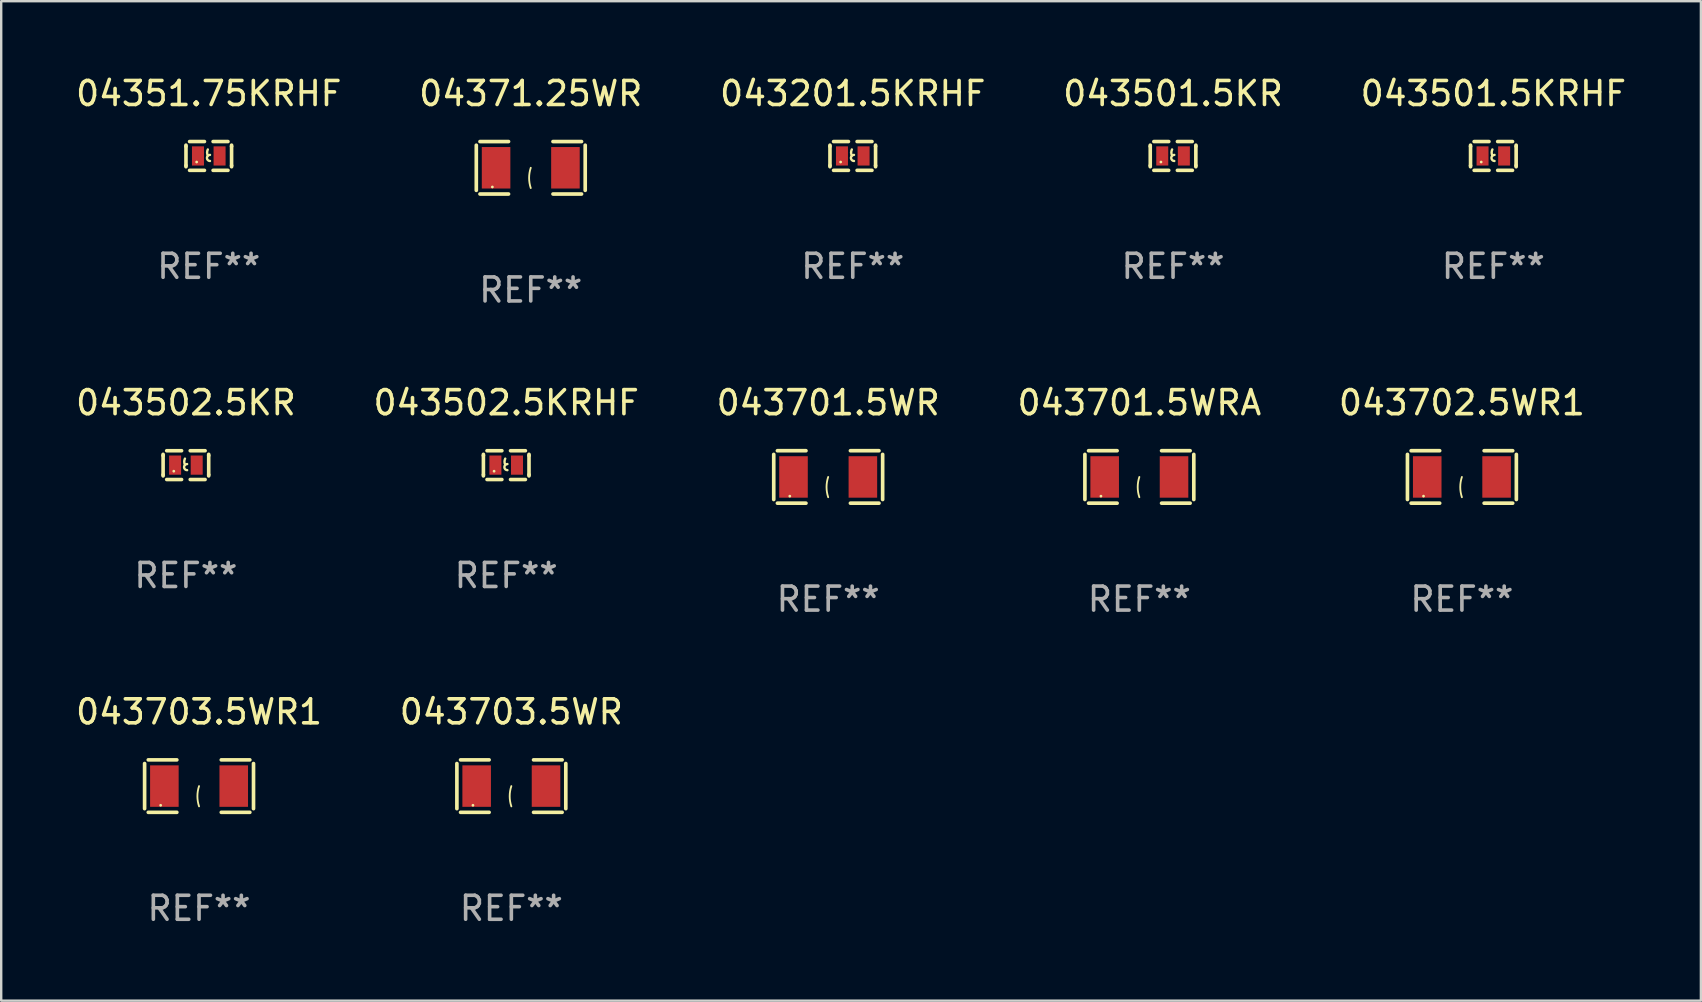
<source format=kicad_pcb>
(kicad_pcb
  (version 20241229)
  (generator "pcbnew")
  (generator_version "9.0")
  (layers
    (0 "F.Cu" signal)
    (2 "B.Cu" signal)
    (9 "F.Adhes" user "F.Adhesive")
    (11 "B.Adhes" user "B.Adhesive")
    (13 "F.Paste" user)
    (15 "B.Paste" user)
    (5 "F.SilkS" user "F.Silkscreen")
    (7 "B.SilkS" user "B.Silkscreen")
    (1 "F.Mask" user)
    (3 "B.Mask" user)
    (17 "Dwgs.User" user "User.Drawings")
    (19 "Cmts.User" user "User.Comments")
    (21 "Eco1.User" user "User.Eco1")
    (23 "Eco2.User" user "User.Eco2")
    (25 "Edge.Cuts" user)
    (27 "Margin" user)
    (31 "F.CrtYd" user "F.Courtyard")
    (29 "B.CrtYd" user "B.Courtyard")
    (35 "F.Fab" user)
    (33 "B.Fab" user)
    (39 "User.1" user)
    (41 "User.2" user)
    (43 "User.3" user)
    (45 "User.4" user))
  (footprint "043701.5WR"
    (layer "F.Cu")
    (at 31.458 16.823)
    (property "Reference" "043701.5WR" (at 0 -3.093 0) (layer "F.SilkS") (effects (font (size 1 1) (thickness 0.15))))
    (attr through_hole)
    (fp_line (start -2.269 -0.94) (end -2.269 0.94) (stroke (width 0.152) (type solid)) (layer "F.SilkS"))
    (fp_line (start -2.116 1.093) (end -0.926 1.093) (stroke (width 0.152) (type solid)) (layer "F.SilkS"))
    (fp_line (start -0.926 -1.093) (end -2.116 -1.093) (stroke (width 0.152) (type solid)) (layer "F.SilkS"))
    (fp_line (start 0.926 -1.093) (end 2.116 -1.093) (stroke (width 0.152) (type solid)) (layer "F.SilkS"))
    (fp_line (start 2.116 1.093) (end 0.926 1.093) (stroke (width 0.152) (type solid)) (layer "F.SilkS"))
    (fp_line (start 2.269 -0.94) (end 2.269 0.94) (stroke (width 0.152) (type solid)) (layer "F.SilkS"))
    (fp_arc (start 0 0.844951) (mid -0.068559 0.422475) (end 0 0) (stroke (width 0.0762) (type solid)) (layer "F.SilkS"))
    (fp_circle (center -1.6 0.8) (end -1.57 0.8) (stroke (width 0.06) (type solid)) (fill no) (layer "F.SilkS"))
    (fp_text user "REF**" (at 0 5.093 0) (layer "F.Fab") (effects (font (size 1 1) (thickness 0.15))))
    (pad "1" smd rect (at -1.445 0) (size 1.19 1.728) (layers "F.Cu" "F.Mask" "F.Paste"))
    (pad "2" smd rect (at 1.445 0) (size 1.19 1.728) (layers "F.Cu" "F.Mask" "F.Paste")))
  (footprint "043701.5WRA"
    (layer "F.Cu")
    (at 44.423 16.823)
    (property "Reference" "043701.5WRA" (at 0 -3.093 0) (layer "F.SilkS") (effects (font (size 1 1) (thickness 0.15))))
    (attr through_hole)
    (fp_line (start -2.269 -0.94) (end -2.269 0.94) (stroke (width 0.152) (type solid)) (layer "F.SilkS"))
    (fp_line (start -2.116 1.093) (end -0.926 1.093) (stroke (width 0.152) (type solid)) (layer "F.SilkS"))
    (fp_line (start -0.926 -1.093) (end -2.116 -1.093) (stroke (width 0.152) (type solid)) (layer "F.SilkS"))
    (fp_line (start 0.926 -1.093) (end 2.116 -1.093) (stroke (width 0.152) (type solid)) (layer "F.SilkS"))
    (fp_line (start 2.116 1.093) (end 0.926 1.093) (stroke (width 0.152) (type solid)) (layer "F.SilkS"))
    (fp_line (start 2.269 -0.94) (end 2.269 0.94) (stroke (width 0.152) (type solid)) (layer "F.SilkS"))
    (fp_arc (start 0 0.844951) (mid -0.068559 0.422475) (end 0 0) (stroke (width 0.0762) (type solid)) (layer "F.SilkS"))
    (fp_circle (center -1.6 0.8) (end -1.57 0.8) (stroke (width 0.06) (type solid)) (fill no) (layer "F.SilkS"))
    (fp_text user "REF**" (at 0 5.093 0) (layer "F.Fab") (effects (font (size 1 1) (thickness 0.15))))
    (pad "1" smd rect (at -1.445 0) (size 1.19 1.728) (layers "F.Cu" "F.Mask" "F.Paste"))
    (pad "2" smd rect (at 1.445 0) (size 1.19 1.728) (layers "F.Cu" "F.Mask" "F.Paste")))
  (footprint "043501.5KRHF"
    (layer "F.Cu")
    (at 59.173 3.448)
    (property "Reference" "043501.5KRHF" (at 0 -2.6 0) (layer "F.SilkS") (effects (font (size 1 1) (thickness 0.15))))
    (attr through_hole)
    (fp_line (start -0.95 -0.45) (end -0.95 -0.4) (stroke (width 0.15) (type solid)) (layer "F.SilkS"))
    (fp_line (start -0.95 -0.4) (end -0.95 0.4) (stroke (width 0.15) (type solid)) (layer "F.SilkS"))
    (fp_line (start -0.95 0.45) (end -0.95 0.4) (stroke (width 0.15) (type solid)) (layer "F.SilkS"))
    (fp_line (start -0.18 -0.6) (end -0.8 -0.6) (stroke (width 0.15) (type solid)) (layer "F.SilkS"))
    (fp_line (start -0.18 0.6) (end -0.8 0.6) (stroke (width 0.15) (type solid)) (layer "F.SilkS"))
    (fp_line (start 0.18 -0.6) (end 0.8 -0.6) (stroke (width 0.15) (type solid)) (layer "F.SilkS"))
    (fp_line (start 0.18 0.6) (end 0.8 0.6) (stroke (width 0.15) (type solid)) (layer "F.SilkS"))
    (fp_line (start 0.95 -0.45) (end 0.95 -0.4) (stroke (width 0.15) (type solid)) (layer "F.SilkS"))
    (fp_line (start 0.95 -0.4) (end 0.95 0.4) (stroke (width 0.15) (type solid)) (layer "F.SilkS"))
    (fp_line (start 0.95 0.45) (end 0.95 0.4) (stroke (width 0.15) (type solid)) (layer "F.SilkS"))
    (fp_arc (start -0.039942 -0.016052) (mid -0.069923 -0.143053) (end -0.039942 -0.270053) (stroke (width 0.1) (type solid)) (layer "F.SilkS"))
    (fp_arc (start 0.050076 0.209957) (mid -0.076924 0.082957) (end 0.050076 -0.044043) (stroke (width 0.1) (type solid)) (layer "F.SilkS"))
    (fp_circle (center -0.505 0.253) (end -0.475 0.253) (stroke (width 0.06) (type solid)) (fill no) (layer "F.SilkS"))
    (fp_text user "REF**" (at 0 4.6 0) (layer "F.Fab") (effects (font (size 1 1) (thickness 0.15))))
    (pad "1" smd rect (at -0.45 -0.000051) (size 0.5 0.8) (layers "F.Cu" "F.Mask" "F.Paste"))
    (pad "2" smd rect (at 0.45 -0.000051) (size 0.5 0.8) (layers "F.Cu" "F.Mask" "F.Paste")))
  (footprint "043502.5KRHF"
    (layer "F.Cu")
    (at 18.042 16.33)
    (property "Reference" "043502.5KRHF" (at 0 -2.6 0) (layer "F.SilkS") (effects (font (size 1 1) (thickness 0.15))))
    (attr through_hole)
    (fp_line (start -0.95 -0.45) (end -0.95 -0.4) (stroke (width 0.15) (type solid)) (layer "F.SilkS"))
    (fp_line (start -0.95 -0.4) (end -0.95 0.4) (stroke (width 0.15) (type solid)) (layer "F.SilkS"))
    (fp_line (start -0.95 0.45) (end -0.95 0.4) (stroke (width 0.15) (type solid)) (layer "F.SilkS"))
    (fp_line (start -0.18 -0.6) (end -0.8 -0.6) (stroke (width 0.15) (type solid)) (layer "F.SilkS"))
    (fp_line (start -0.18 0.6) (end -0.8 0.6) (stroke (width 0.15) (type solid)) (layer "F.SilkS"))
    (fp_line (start 0.18 -0.6) (end 0.8 -0.6) (stroke (width 0.15) (type solid)) (layer "F.SilkS"))
    (fp_line (start 0.18 0.6) (end 0.8 0.6) (stroke (width 0.15) (type solid)) (layer "F.SilkS"))
    (fp_line (start 0.95 -0.45) (end 0.95 -0.4) (stroke (width 0.15) (type solid)) (layer "F.SilkS"))
    (fp_line (start 0.95 -0.4) (end 0.95 0.4) (stroke (width 0.15) (type solid)) (layer "F.SilkS"))
    (fp_line (start 0.95 0.45) (end 0.95 0.4) (stroke (width 0.15) (type solid)) (layer "F.SilkS"))
    (fp_arc (start -0.039942 -0.016052) (mid -0.069923 -0.143053) (end -0.039942 -0.270053) (stroke (width 0.1) (type solid)) (layer "F.SilkS"))
    (fp_arc (start 0.050076 0.209957) (mid -0.076924 0.082957) (end 0.050076 -0.044043) (stroke (width 0.1) (type solid)) (layer "F.SilkS"))
    (fp_circle (center -0.505 0.253) (end -0.475 0.253) (stroke (width 0.06) (type solid)) (fill no) (layer "F.SilkS"))
    (fp_text user "REF**" (at 0 4.6 0) (layer "F.Fab") (effects (font (size 1 1) (thickness 0.15))))
    (pad "1" smd rect (at -0.45 -0.000051) (size 0.5 0.8) (layers "F.Cu" "F.Mask" "F.Paste"))
    (pad "2" smd rect (at 0.45 -0.000051) (size 0.5 0.8) (layers "F.Cu" "F.Mask" "F.Paste")))
  (footprint "043201.5KRHF"
    (layer "F.Cu")
    (at 32.482 3.448)
    (property "Reference" "043201.5KRHF" (at 0 -2.6 0) (layer "F.SilkS") (effects (font (size 1 1) (thickness 0.15))))
    (attr through_hole)
    (fp_line (start -0.95 -0.45) (end -0.95 -0.4) (stroke (width 0.15) (type solid)) (layer "F.SilkS"))
    (fp_line (start -0.95 -0.4) (end -0.95 0.4) (stroke (width 0.15) (type solid)) (layer "F.SilkS"))
    (fp_line (start -0.95 0.45) (end -0.95 0.4) (stroke (width 0.15) (type solid)) (layer "F.SilkS"))
    (fp_line (start -0.18 -0.6) (end -0.8 -0.6) (stroke (width 0.15) (type solid)) (layer "F.SilkS"))
    (fp_line (start -0.18 0.6) (end -0.8 0.6) (stroke (width 0.15) (type solid)) (layer "F.SilkS"))
    (fp_line (start 0.18 -0.6) (end 0.8 -0.6) (stroke (width 0.15) (type solid)) (layer "F.SilkS"))
    (fp_line (start 0.18 0.6) (end 0.8 0.6) (stroke (width 0.15) (type solid)) (layer "F.SilkS"))
    (fp_line (start 0.95 -0.45) (end 0.95 -0.4) (stroke (width 0.15) (type solid)) (layer "F.SilkS"))
    (fp_line (start 0.95 -0.4) (end 0.95 0.4) (stroke (width 0.15) (type solid)) (layer "F.SilkS"))
    (fp_line (start 0.95 0.45) (end 0.95 0.4) (stroke (width 0.15) (type solid)) (layer "F.SilkS"))
    (fp_arc (start -0.039942 -0.016052) (mid -0.069923 -0.143053) (end -0.039942 -0.270053) (stroke (width 0.1) (type solid)) (layer "F.SilkS"))
    (fp_arc (start 0.050076 0.209957) (mid -0.076924 0.082957) (end 0.050076 -0.044043) (stroke (width 0.1) (type solid)) (layer "F.SilkS"))
    (fp_circle (center -0.505 0.253) (end -0.475 0.253) (stroke (width 0.06) (type solid)) (fill no) (layer "F.SilkS"))
    (fp_text user "REF**" (at 0 4.6 0) (layer "F.Fab") (effects (font (size 1 1) (thickness 0.15))))
    (pad "1" smd rect (at -0.45 -0.000051) (size 0.5 0.8) (layers "F.Cu" "F.Mask" "F.Paste"))
    (pad "2" smd rect (at 0.45 -0.000051) (size 0.5 0.8) (layers "F.Cu" "F.Mask" "F.Paste")))
  (footprint "043501.5KR"
    (layer "F.Cu")
    (at 45.827 3.448)
    (property "Reference" "043501.5KR" (at 0 -2.6 0) (layer "F.SilkS") (effects (font (size 1 1) (thickness 0.15))))
    (attr through_hole)
    (fp_line (start -0.95 -0.45) (end -0.95 -0.4) (stroke (width 0.15) (type solid)) (layer "F.SilkS"))
    (fp_line (start -0.95 -0.4) (end -0.95 0.4) (stroke (width 0.15) (type solid)) (layer "F.SilkS"))
    (fp_line (start -0.95 0.45) (end -0.95 0.4) (stroke (width 0.15) (type solid)) (layer "F.SilkS"))
    (fp_line (start -0.18 -0.6) (end -0.8 -0.6) (stroke (width 0.15) (type solid)) (layer "F.SilkS"))
    (fp_line (start -0.18 0.6) (end -0.8 0.6) (stroke (width 0.15) (type solid)) (layer "F.SilkS"))
    (fp_line (start 0.18 -0.6) (end 0.8 -0.6) (stroke (width 0.15) (type solid)) (layer "F.SilkS"))
    (fp_line (start 0.18 0.6) (end 0.8 0.6) (stroke (width 0.15) (type solid)) (layer "F.SilkS"))
    (fp_line (start 0.95 -0.45) (end 0.95 -0.4) (stroke (width 0.15) (type solid)) (layer "F.SilkS"))
    (fp_line (start 0.95 -0.4) (end 0.95 0.4) (stroke (width 0.15) (type solid)) (layer "F.SilkS"))
    (fp_line (start 0.95 0.45) (end 0.95 0.4) (stroke (width 0.15) (type solid)) (layer "F.SilkS"))
    (fp_arc (start -0.039942 -0.016052) (mid -0.069923 -0.143053) (end -0.039942 -0.270053) (stroke (width 0.1) (type solid)) (layer "F.SilkS"))
    (fp_arc (start 0.050076 0.209957) (mid -0.076924 0.082957) (end 0.050076 -0.044043) (stroke (width 0.1) (type solid)) (layer "F.SilkS"))
    (fp_circle (center -0.505 0.253) (end -0.475 0.253) (stroke (width 0.06) (type solid)) (fill no) (layer "F.SilkS"))
    (fp_text user "REF**" (at 0 4.6 0) (layer "F.Fab") (effects (font (size 1 1) (thickness 0.15))))
    (pad "1" smd rect (at -0.45 -0.000051) (size 0.5 0.8) (layers "F.Cu" "F.Mask" "F.Paste"))
    (pad "2" smd rect (at 0.45 -0.000051) (size 0.5 0.8) (layers "F.Cu" "F.Mask" "F.Paste")))
  (footprint "04371.25WR"
    (layer "F.Cu")
    (at 19.065 3.941)
    (property "Reference" "04371.25WR" (at 0 -3.093 0) (layer "F.SilkS") (effects (font (size 1 1) (thickness 0.15))))
    (attr through_hole)
    (fp_line (start -2.269 -0.94) (end -2.269 0.94) (stroke (width 0.152) (type solid)) (layer "F.SilkS"))
    (fp_line (start -2.116 1.093) (end -0.926 1.093) (stroke (width 0.152) (type solid)) (layer "F.SilkS"))
    (fp_line (start -0.926 -1.093) (end -2.116 -1.093) (stroke (width 0.152) (type solid)) (layer "F.SilkS"))
    (fp_line (start 0.926 -1.093) (end 2.116 -1.093) (stroke (width 0.152) (type solid)) (layer "F.SilkS"))
    (fp_line (start 2.116 1.093) (end 0.926 1.093) (stroke (width 0.152) (type solid)) (layer "F.SilkS"))
    (fp_line (start 2.269 -0.94) (end 2.269 0.94) (stroke (width 0.152) (type solid)) (layer "F.SilkS"))
    (fp_arc (start 0 0.844951) (mid -0.068559 0.422475) (end 0 0) (stroke (width 0.0762) (type solid)) (layer "F.SilkS"))
    (fp_circle (center -1.6 0.8) (end -1.57 0.8) (stroke (width 0.06) (type solid)) (fill no) (layer "F.SilkS"))
    (fp_text user "REF**" (at 0 5.093 0) (layer "F.Fab") (effects (font (size 1 1) (thickness 0.15))))
    (pad "1" smd rect (at -1.445 0) (size 1.19 1.728) (layers "F.Cu" "F.Mask" "F.Paste"))
    (pad "2" smd rect (at 1.445 0) (size 1.19 1.728) (layers "F.Cu" "F.Mask" "F.Paste")))
  (footprint "04351.75KRHF"
    (layer "F.Cu")
    (at 5.649 3.448)
    (property "Reference" "04351.75KRHF" (at 0 -2.6 0) (layer "F.SilkS") (effects (font (size 1 1) (thickness 0.15))))
    (attr through_hole)
    (fp_line (start -0.95 -0.45) (end -0.95 -0.4) (stroke (width 0.15) (type solid)) (layer "F.SilkS"))
    (fp_line (start -0.95 -0.4) (end -0.95 0.4) (stroke (width 0.15) (type solid)) (layer "F.SilkS"))
    (fp_line (start -0.95 0.45) (end -0.95 0.4) (stroke (width 0.15) (type solid)) (layer "F.SilkS"))
    (fp_line (start -0.18 -0.6) (end -0.8 -0.6) (stroke (width 0.15) (type solid)) (layer "F.SilkS"))
    (fp_line (start -0.18 0.6) (end -0.8 0.6) (stroke (width 0.15) (type solid)) (layer "F.SilkS"))
    (fp_line (start 0.18 -0.6) (end 0.8 -0.6) (stroke (width 0.15) (type solid)) (layer "F.SilkS"))
    (fp_line (start 0.18 0.6) (end 0.8 0.6) (stroke (width 0.15) (type solid)) (layer "F.SilkS"))
    (fp_line (start 0.95 -0.45) (end 0.95 -0.4) (stroke (width 0.15) (type solid)) (layer "F.SilkS"))
    (fp_line (start 0.95 -0.4) (end 0.95 0.4) (stroke (width 0.15) (type solid)) (layer "F.SilkS"))
    (fp_line (start 0.95 0.45) (end 0.95 0.4) (stroke (width 0.15) (type solid)) (layer "F.SilkS"))
    (fp_arc (start -0.039942 -0.016052) (mid -0.069923 -0.143053) (end -0.039942 -0.270053) (stroke (width 0.1) (type solid)) (layer "F.SilkS"))
    (fp_arc (start 0.050076 0.209957) (mid -0.076924 0.082957) (end 0.050076 -0.044043) (stroke (width 0.1) (type solid)) (layer "F.SilkS"))
    (fp_circle (center -0.505 0.253) (end -0.475 0.253) (stroke (width 0.06) (type solid)) (fill no) (layer "F.SilkS"))
    (fp_text user "REF**" (at 0 4.6 0) (layer "F.Fab") (effects (font (size 1 1) (thickness 0.15))))
    (pad "1" smd rect (at -0.45 -0.000051) (size 0.5 0.8) (layers "F.Cu" "F.Mask" "F.Paste"))
    (pad "2" smd rect (at 0.45 -0.000051) (size 0.5 0.8) (layers "F.Cu" "F.Mask" "F.Paste")))
  (footprint "043702.5WR1"
    (layer "F.Cu")
    (at 57.863 16.823)
    (property "Reference" "043702.5WR1" (at 0 -3.093 0) (layer "F.SilkS") (effects (font (size 1 1) (thickness 0.15))))
    (attr through_hole)
    (fp_line (start -2.269 -0.94) (end -2.269 0.94) (stroke (width 0.152) (type solid)) (layer "F.SilkS"))
    (fp_line (start -2.116 1.093) (end -0.926 1.093) (stroke (width 0.152) (type solid)) (layer "F.SilkS"))
    (fp_line (start -0.926 -1.093) (end -2.116 -1.093) (stroke (width 0.152) (type solid)) (layer "F.SilkS"))
    (fp_line (start 0.926 -1.093) (end 2.116 -1.093) (stroke (width 0.152) (type solid)) (layer "F.SilkS"))
    (fp_line (start 2.116 1.093) (end 0.926 1.093) (stroke (width 0.152) (type solid)) (layer "F.SilkS"))
    (fp_line (start 2.269 -0.94) (end 2.269 0.94) (stroke (width 0.152) (type solid)) (layer "F.SilkS"))
    (fp_arc (start 0 0.844951) (mid -0.068559 0.422475) (end 0 0) (stroke (width 0.0762) (type solid)) (layer "F.SilkS"))
    (fp_circle (center -1.6 0.8) (end -1.57 0.8) (stroke (width 0.06) (type solid)) (fill no) (layer "F.SilkS"))
    (fp_text user "REF**" (at 0 5.093 0) (layer "F.Fab") (effects (font (size 1 1) (thickness 0.15))))
    (pad "1" smd rect (at -1.445 0) (size 1.19 1.728) (layers "F.Cu" "F.Mask" "F.Paste"))
    (pad "2" smd rect (at 1.445 0) (size 1.19 1.728) (layers "F.Cu" "F.Mask" "F.Paste")))
  (footprint "043703.5WR1"
    (layer "F.Cu")
    (at 5.244 29.704)
    (property "Reference" "043703.5WR1" (at 0 -3.093 0) (layer "F.SilkS") (effects (font (size 1 1) (thickness 0.15))))
    (attr through_hole)
    (fp_line (start -2.269 -0.94) (end -2.269 0.94) (stroke (width 0.152) (type solid)) (layer "F.SilkS"))
    (fp_line (start -2.116 1.093) (end -0.926 1.093) (stroke (width 0.152) (type solid)) (layer "F.SilkS"))
    (fp_line (start -0.926 -1.093) (end -2.116 -1.093) (stroke (width 0.152) (type solid)) (layer "F.SilkS"))
    (fp_line (start 0.926 -1.093) (end 2.116 -1.093) (stroke (width 0.152) (type solid)) (layer "F.SilkS"))
    (fp_line (start 2.116 1.093) (end 0.926 1.093) (stroke (width 0.152) (type solid)) (layer "F.SilkS"))
    (fp_line (start 2.269 -0.94) (end 2.269 0.94) (stroke (width 0.152) (type solid)) (layer "F.SilkS"))
    (fp_arc (start 0 0.844951) (mid -0.068559 0.422475) (end 0 0) (stroke (width 0.0762) (type solid)) (layer "F.SilkS"))
    (fp_circle (center -1.6 0.8) (end -1.57 0.8) (stroke (width 0.06) (type solid)) (fill no) (layer "F.SilkS"))
    (fp_text user "REF**" (at 0 5.093 0) (layer "F.Fab") (effects (font (size 1 1) (thickness 0.15))))
    (pad "1" smd rect (at -1.445 0) (size 1.19 1.728) (layers "F.Cu" "F.Mask" "F.Paste"))
    (pad "2" smd rect (at 1.445 0) (size 1.19 1.728) (layers "F.Cu" "F.Mask" "F.Paste")))
  (footprint "043502.5KR"
    (layer "F.Cu")
    (at 4.696 16.33)
    (property "Reference" "043502.5KR" (at 0 -2.6 0) (layer "F.SilkS") (effects (font (size 1 1) (thickness 0.15))))
    (attr through_hole)
    (fp_line (start -0.95 -0.45) (end -0.95 -0.4) (stroke (width 0.15) (type solid)) (layer "F.SilkS"))
    (fp_line (start -0.95 -0.4) (end -0.95 0.4) (stroke (width 0.15) (type solid)) (layer "F.SilkS"))
    (fp_line (start -0.95 0.45) (end -0.95 0.4) (stroke (width 0.15) (type solid)) (layer "F.SilkS"))
    (fp_line (start -0.18 -0.6) (end -0.8 -0.6) (stroke (width 0.15) (type solid)) (layer "F.SilkS"))
    (fp_line (start -0.18 0.6) (end -0.8 0.6) (stroke (width 0.15) (type solid)) (layer "F.SilkS"))
    (fp_line (start 0.18 -0.6) (end 0.8 -0.6) (stroke (width 0.15) (type solid)) (layer "F.SilkS"))
    (fp_line (start 0.18 0.6) (end 0.8 0.6) (stroke (width 0.15) (type solid)) (layer "F.SilkS"))
    (fp_line (start 0.95 -0.45) (end 0.95 -0.4) (stroke (width 0.15) (type solid)) (layer "F.SilkS"))
    (fp_line (start 0.95 -0.4) (end 0.95 0.4) (stroke (width 0.15) (type solid)) (layer "F.SilkS"))
    (fp_line (start 0.95 0.45) (end 0.95 0.4) (stroke (width 0.15) (type solid)) (layer "F.SilkS"))
    (fp_arc (start -0.039942 -0.016052) (mid -0.069923 -0.143053) (end -0.039942 -0.270053) (stroke (width 0.1) (type solid)) (layer "F.SilkS"))
    (fp_arc (start 0.050076 0.209957) (mid -0.076924 0.082957) (end 0.050076 -0.044043) (stroke (width 0.1) (type solid)) (layer "F.SilkS"))
    (fp_circle (center -0.505 0.253) (end -0.475 0.253) (stroke (width 0.06) (type solid)) (fill no) (layer "F.SilkS"))
    (fp_text user "REF**" (at 0 4.6 0) (layer "F.Fab") (effects (font (size 1 1) (thickness 0.15))))
    (pad "1" smd rect (at -0.45 -0.000051) (size 0.5 0.8) (layers "F.Cu" "F.Mask" "F.Paste"))
    (pad "2" smd rect (at 0.45 -0.000051) (size 0.5 0.8) (layers "F.Cu" "F.Mask" "F.Paste")))
  (footprint "043703.5WR"
    (layer "F.Cu")
    (at 18.256 29.704)
    (property "Reference" "043703.5WR" (at 0 -3.093 0) (layer "F.SilkS") (effects (font (size 1 1) (thickness 0.15))))
    (attr through_hole)
    (fp_line (start -2.269 -0.94) (end -2.269 0.94) (stroke (width 0.152) (type solid)) (layer "F.SilkS"))
    (fp_line (start -2.116 1.093) (end -0.926 1.093) (stroke (width 0.152) (type solid)) (layer "F.SilkS"))
    (fp_line (start -0.926 -1.093) (end -2.116 -1.093) (stroke (width 0.152) (type solid)) (layer "F.SilkS"))
    (fp_line (start 0.926 -1.093) (end 2.116 -1.093) (stroke (width 0.152) (type solid)) (layer "F.SilkS"))
    (fp_line (start 2.116 1.093) (end 0.926 1.093) (stroke (width 0.152) (type solid)) (layer "F.SilkS"))
    (fp_line (start 2.269 -0.94) (end 2.269 0.94) (stroke (width 0.152) (type solid)) (layer "F.SilkS"))
    (fp_arc (start 0 0.844951) (mid -0.068559 0.422475) (end 0 0) (stroke (width 0.0762) (type solid)) (layer "F.SilkS"))
    (fp_circle (center -1.6 0.8) (end -1.57 0.8) (stroke (width 0.06) (type solid)) (fill no) (layer "F.SilkS"))
    (fp_text user "REF**" (at 0 5.093 0) (layer "F.Fab") (effects (font (size 1 1) (thickness 0.15))))
    (pad "1" smd rect (at -1.445 0) (size 1.19 1.728) (layers "F.Cu" "F.Mask" "F.Paste"))
    (pad "2" smd rect (at 1.445 0) (size 1.19 1.728) (layers "F.Cu" "F.Mask" "F.Paste")))
  (gr_rect
    (start -3 -3)
    (end 67.821 38.645)
    (stroke (width 0.1) (type default))
    (fill no)
    (layer "Edge.Cuts")))
</source>
